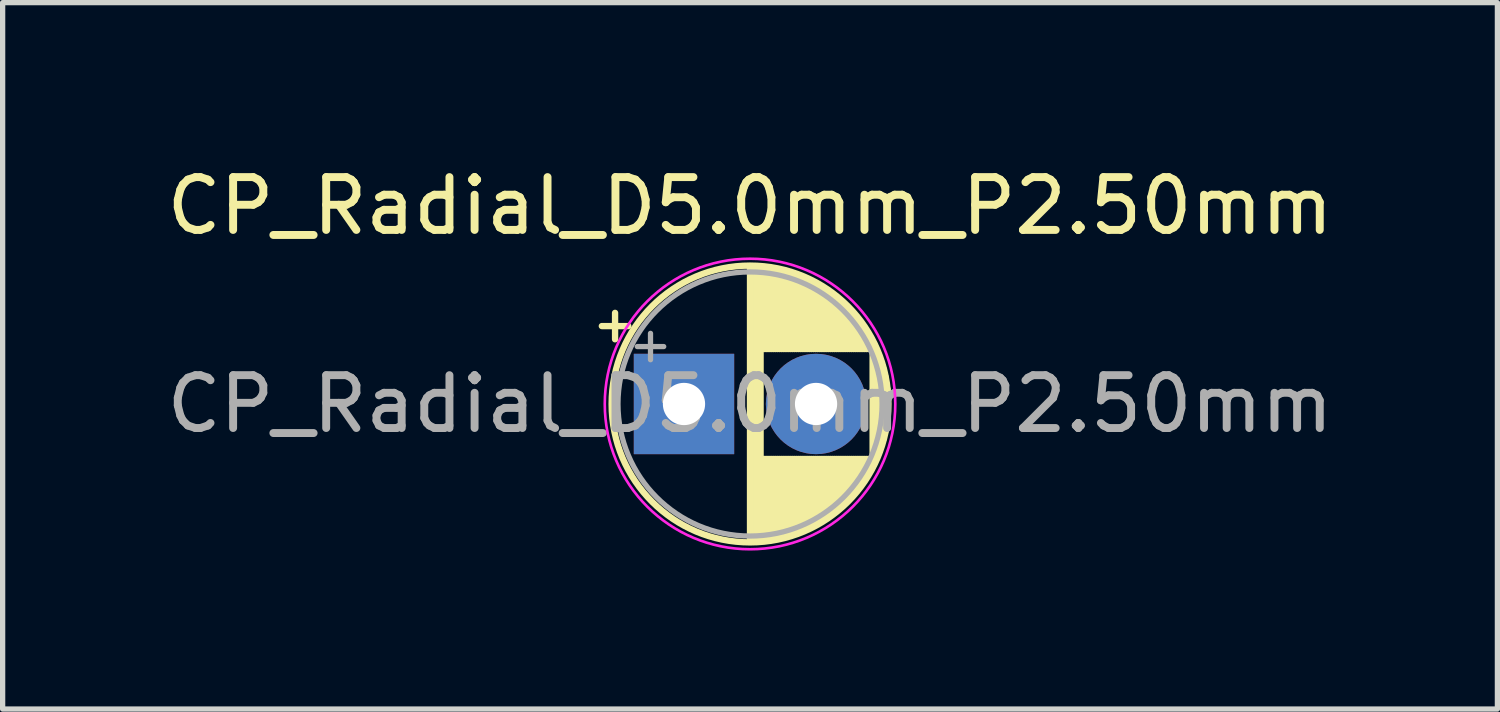
<source format=kicad_pcb>
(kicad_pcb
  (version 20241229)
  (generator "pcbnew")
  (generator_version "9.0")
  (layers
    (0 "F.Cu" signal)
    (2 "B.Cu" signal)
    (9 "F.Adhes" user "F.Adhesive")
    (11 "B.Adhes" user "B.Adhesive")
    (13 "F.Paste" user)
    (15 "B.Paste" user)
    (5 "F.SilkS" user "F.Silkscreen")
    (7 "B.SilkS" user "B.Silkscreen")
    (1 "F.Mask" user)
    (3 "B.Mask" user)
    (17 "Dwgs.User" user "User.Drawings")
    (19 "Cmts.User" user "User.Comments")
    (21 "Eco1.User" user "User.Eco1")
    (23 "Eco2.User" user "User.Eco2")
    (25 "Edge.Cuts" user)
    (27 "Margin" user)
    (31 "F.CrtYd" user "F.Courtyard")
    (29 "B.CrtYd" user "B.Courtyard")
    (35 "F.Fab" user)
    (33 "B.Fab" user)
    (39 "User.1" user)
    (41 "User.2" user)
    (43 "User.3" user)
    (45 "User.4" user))
  (footprint "CP_Radial_D5.0mm_P2.50mm"
    (layer "F.Cu")
    (at 9.899 4.598)
    (property "Reference" "CP_Radial_D5.0mm_P2.50mm" (at 1.25 -3.75 0) (layer "F.SilkS") (effects (font (size 1 1) (thickness 0.15))))
    (attr through_hole)
    (fp_line (start -1.555 -1.475) (end -1.055 -1.475) (stroke (width 0.12) (type solid)) (layer "F.SilkS"))
    (fp_line (start -1.305 -1.725) (end -1.305 -1.225) (stroke (width 0.12) (type solid)) (layer "F.SilkS"))
    (fp_line (start 1.25 -2.58) (end 1.25 2.58) (stroke (width 0.12) (type solid)) (layer "F.SilkS"))
    (fp_line (start 1.29 -2.58) (end 1.29 2.58) (stroke (width 0.12) (type solid)) (layer "F.SilkS"))
    (fp_line (start 1.33 -2.579) (end 1.33 2.579) (stroke (width 0.12) (type solid)) (layer "F.SilkS"))
    (fp_line (start 1.37 -2.578) (end 1.37 2.578) (stroke (width 0.12) (type solid)) (layer "F.SilkS"))
    (fp_line (start 1.41 -2.576) (end 1.41 2.576) (stroke (width 0.12) (type solid)) (layer "F.SilkS"))
    (fp_line (start 1.45 -2.573) (end 1.45 2.573) (stroke (width 0.12) (type solid)) (layer "F.SilkS"))
    (fp_line (start 1.49 -2.569) (end 1.49 -1.04) (stroke (width 0.12) (type solid)) (layer "F.SilkS"))
    (fp_line (start 1.49 1.04) (end 1.49 2.569) (stroke (width 0.12) (type solid)) (layer "F.SilkS"))
    (fp_line (start 1.53 -2.565) (end 1.53 -1.04) (stroke (width 0.12) (type solid)) (layer "F.SilkS"))
    (fp_line (start 1.53 1.04) (end 1.53 2.565) (stroke (width 0.12) (type solid)) (layer "F.SilkS"))
    (fp_line (start 1.57 -2.561) (end 1.57 -1.04) (stroke (width 0.12) (type solid)) (layer "F.SilkS"))
    (fp_line (start 1.57 1.04) (end 1.57 2.561) (stroke (width 0.12) (type solid)) (layer "F.SilkS"))
    (fp_line (start 1.61 -2.556) (end 1.61 -1.04) (stroke (width 0.12) (type solid)) (layer "F.SilkS"))
    (fp_line (start 1.61 1.04) (end 1.61 2.556) (stroke (width 0.12) (type solid)) (layer "F.SilkS"))
    (fp_line (start 1.65 -2.55) (end 1.65 -1.04) (stroke (width 0.12) (type solid)) (layer "F.SilkS"))
    (fp_line (start 1.65 1.04) (end 1.65 2.55) (stroke (width 0.12) (type solid)) (layer "F.SilkS"))
    (fp_line (start 1.69 -2.543) (end 1.69 -1.04) (stroke (width 0.12) (type solid)) (layer "F.SilkS"))
    (fp_line (start 1.69 1.04) (end 1.69 2.543) (stroke (width 0.12) (type solid)) (layer "F.SilkS"))
    (fp_line (start 1.73 -2.536) (end 1.73 -1.04) (stroke (width 0.12) (type solid)) (layer "F.SilkS"))
    (fp_line (start 1.73 1.04) (end 1.73 2.536) (stroke (width 0.12) (type solid)) (layer "F.SilkS"))
    (fp_line (start 1.77 -2.528) (end 1.77 -1.04) (stroke (width 0.12) (type solid)) (layer "F.SilkS"))
    (fp_line (start 1.77 1.04) (end 1.77 2.528) (stroke (width 0.12) (type solid)) (layer "F.SilkS"))
    (fp_line (start 1.81 -2.52) (end 1.81 -1.04) (stroke (width 0.12) (type solid)) (layer "F.SilkS"))
    (fp_line (start 1.81 1.04) (end 1.81 2.52) (stroke (width 0.12) (type solid)) (layer "F.SilkS"))
    (fp_line (start 1.85 -2.511) (end 1.85 -1.04) (stroke (width 0.12) (type solid)) (layer "F.SilkS"))
    (fp_line (start 1.85 1.04) (end 1.85 2.511) (stroke (width 0.12) (type solid)) (layer "F.SilkS"))
    (fp_line (start 1.89 -2.501) (end 1.89 -1.04) (stroke (width 0.12) (type solid)) (layer "F.SilkS"))
    (fp_line (start 1.89 1.04) (end 1.89 2.501) (stroke (width 0.12) (type solid)) (layer "F.SilkS"))
    (fp_line (start 1.93 -2.491) (end 1.93 -1.04) (stroke (width 0.12) (type solid)) (layer "F.SilkS"))
    (fp_line (start 1.93 1.04) (end 1.93 2.491) (stroke (width 0.12) (type solid)) (layer "F.SilkS"))
    (fp_line (start 1.971 -2.48) (end 1.971 -1.04) (stroke (width 0.12) (type solid)) (layer "F.SilkS"))
    (fp_line (start 1.971 1.04) (end 1.971 2.48) (stroke (width 0.12) (type solid)) (layer "F.SilkS"))
    (fp_line (start 2.011 -2.468) (end 2.011 -1.04) (stroke (width 0.12) (type solid)) (layer "F.SilkS"))
    (fp_line (start 2.011 1.04) (end 2.011 2.468) (stroke (width 0.12) (type solid)) (layer "F.SilkS"))
    (fp_line (start 2.051 -2.455) (end 2.051 -1.04) (stroke (width 0.12) (type solid)) (layer "F.SilkS"))
    (fp_line (start 2.051 1.04) (end 2.051 2.455) (stroke (width 0.12) (type solid)) (layer "F.SilkS"))
    (fp_line (start 2.091 -2.442) (end 2.091 -1.04) (stroke (width 0.12) (type solid)) (layer "F.SilkS"))
    (fp_line (start 2.091 1.04) (end 2.091 2.442) (stroke (width 0.12) (type solid)) (layer "F.SilkS"))
    (fp_line (start 2.131 -2.428) (end 2.131 -1.04) (stroke (width 0.12) (type solid)) (layer "F.SilkS"))
    (fp_line (start 2.131 1.04) (end 2.131 2.428) (stroke (width 0.12) (type solid)) (layer "F.SilkS"))
    (fp_line (start 2.171 -2.414) (end 2.171 -1.04) (stroke (width 0.12) (type solid)) (layer "F.SilkS"))
    (fp_line (start 2.171 1.04) (end 2.171 2.414) (stroke (width 0.12) (type solid)) (layer "F.SilkS"))
    (fp_line (start 2.211 -2.398) (end 2.211 -1.04) (stroke (width 0.12) (type solid)) (layer "F.SilkS"))
    (fp_line (start 2.211 1.04) (end 2.211 2.398) (stroke (width 0.12) (type solid)) (layer "F.SilkS"))
    (fp_line (start 2.251 -2.382) (end 2.251 -1.04) (stroke (width 0.12) (type solid)) (layer "F.SilkS"))
    (fp_line (start 2.251 1.04) (end 2.251 2.382) (stroke (width 0.12) (type solid)) (layer "F.SilkS"))
    (fp_line (start 2.291 -2.365) (end 2.291 -1.04) (stroke (width 0.12) (type solid)) (layer "F.SilkS"))
    (fp_line (start 2.291 1.04) (end 2.291 2.365) (stroke (width 0.12) (type solid)) (layer "F.SilkS"))
    (fp_line (start 2.331 -2.348) (end 2.331 -1.04) (stroke (width 0.12) (type solid)) (layer "F.SilkS"))
    (fp_line (start 2.331 1.04) (end 2.331 2.348) (stroke (width 0.12) (type solid)) (layer "F.SilkS"))
    (fp_line (start 2.371 -2.329) (end 2.371 -1.04) (stroke (width 0.12) (type solid)) (layer "F.SilkS"))
    (fp_line (start 2.371 1.04) (end 2.371 2.329) (stroke (width 0.12) (type solid)) (layer "F.SilkS"))
    (fp_line (start 2.411 -2.31) (end 2.411 -1.04) (stroke (width 0.12) (type solid)) (layer "F.SilkS"))
    (fp_line (start 2.411 1.04) (end 2.411 2.31) (stroke (width 0.12) (type solid)) (layer "F.SilkS"))
    (fp_line (start 2.451 -2.29) (end 2.451 -1.04) (stroke (width 0.12) (type solid)) (layer "F.SilkS"))
    (fp_line (start 2.451 1.04) (end 2.451 2.29) (stroke (width 0.12) (type solid)) (layer "F.SilkS"))
    (fp_line (start 2.491 -2.268) (end 2.491 -1.04) (stroke (width 0.12) (type solid)) (layer "F.SilkS"))
    (fp_line (start 2.491 1.04) (end 2.491 2.268) (stroke (width 0.12) (type solid)) (layer "F.SilkS"))
    (fp_line (start 2.531 -2.247) (end 2.531 -1.04) (stroke (width 0.12) (type solid)) (layer "F.SilkS"))
    (fp_line (start 2.531 1.04) (end 2.531 2.247) (stroke (width 0.12) (type solid)) (layer "F.SilkS"))
    (fp_line (start 2.571 -2.224) (end 2.571 -1.04) (stroke (width 0.12) (type solid)) (layer "F.SilkS"))
    (fp_line (start 2.571 1.04) (end 2.571 2.224) (stroke (width 0.12) (type solid)) (layer "F.SilkS"))
    (fp_line (start 2.611 -2.2) (end 2.611 -1.04) (stroke (width 0.12) (type solid)) (layer "F.SilkS"))
    (fp_line (start 2.611 1.04) (end 2.611 2.2) (stroke (width 0.12) (type solid)) (layer "F.SilkS"))
    (fp_line (start 2.651 -2.175) (end 2.651 -1.04) (stroke (width 0.12) (type solid)) (layer "F.SilkS"))
    (fp_line (start 2.651 1.04) (end 2.651 2.175) (stroke (width 0.12) (type solid)) (layer "F.SilkS"))
    (fp_line (start 2.691 -2.149) (end 2.691 -1.04) (stroke (width 0.12) (type solid)) (layer "F.SilkS"))
    (fp_line (start 2.691 1.04) (end 2.691 2.149) (stroke (width 0.12) (type solid)) (layer "F.SilkS"))
    (fp_line (start 2.731 -2.122) (end 2.731 -1.04) (stroke (width 0.12) (type solid)) (layer "F.SilkS"))
    (fp_line (start 2.731 1.04) (end 2.731 2.122) (stroke (width 0.12) (type solid)) (layer "F.SilkS"))
    (fp_line (start 2.771 -2.095) (end 2.771 -1.04) (stroke (width 0.12) (type solid)) (layer "F.SilkS"))
    (fp_line (start 2.771 1.04) (end 2.771 2.095) (stroke (width 0.12) (type solid)) (layer "F.SilkS"))
    (fp_line (start 2.811 -2.065) (end 2.811 -1.04) (stroke (width 0.12) (type solid)) (layer "F.SilkS"))
    (fp_line (start 2.811 1.04) (end 2.811 2.065) (stroke (width 0.12) (type solid)) (layer "F.SilkS"))
    (fp_line (start 2.851 -2.035) (end 2.851 -1.04) (stroke (width 0.12) (type solid)) (layer "F.SilkS"))
    (fp_line (start 2.851 1.04) (end 2.851 2.035) (stroke (width 0.12) (type solid)) (layer "F.SilkS"))
    (fp_line (start 2.891 -2.004) (end 2.891 -1.04) (stroke (width 0.12) (type solid)) (layer "F.SilkS"))
    (fp_line (start 2.891 1.04) (end 2.891 2.004) (stroke (width 0.12) (type solid)) (layer "F.SilkS"))
    (fp_line (start 2.931 -1.971) (end 2.931 -1.04) (stroke (width 0.12) (type solid)) (layer "F.SilkS"))
    (fp_line (start 2.931 1.04) (end 2.931 1.971) (stroke (width 0.12) (type solid)) (layer "F.SilkS"))
    (fp_line (start 2.971 -1.937) (end 2.971 -1.04) (stroke (width 0.12) (type solid)) (layer "F.SilkS"))
    (fp_line (start 2.971 1.04) (end 2.971 1.937) (stroke (width 0.12) (type solid)) (layer "F.SilkS"))
    (fp_line (start 3.011 -1.901) (end 3.011 -1.04) (stroke (width 0.12) (type solid)) (layer "F.SilkS"))
    (fp_line (start 3.011 1.04) (end 3.011 1.901) (stroke (width 0.12) (type solid)) (layer "F.SilkS"))
    (fp_line (start 3.051 -1.864) (end 3.051 -1.04) (stroke (width 0.12) (type solid)) (layer "F.SilkS"))
    (fp_line (start 3.051 1.04) (end 3.051 1.864) (stroke (width 0.12) (type solid)) (layer "F.SilkS"))
    (fp_line (start 3.091 -1.826) (end 3.091 -1.04) (stroke (width 0.12) (type solid)) (layer "F.SilkS"))
    (fp_line (start 3.091 1.04) (end 3.091 1.826) (stroke (width 0.12) (type solid)) (layer "F.SilkS"))
    (fp_line (start 3.131 -1.785) (end 3.131 -1.04) (stroke (width 0.12) (type solid)) (layer "F.SilkS"))
    (fp_line (start 3.131 1.04) (end 3.131 1.785) (stroke (width 0.12) (type solid)) (layer "F.SilkS"))
    (fp_line (start 3.171 -1.743) (end 3.171 -1.04) (stroke (width 0.12) (type solid)) (layer "F.SilkS"))
    (fp_line (start 3.171 1.04) (end 3.171 1.743) (stroke (width 0.12) (type solid)) (layer "F.SilkS"))
    (fp_line (start 3.211 -1.699) (end 3.211 -1.04) (stroke (width 0.12) (type solid)) (layer "F.SilkS"))
    (fp_line (start 3.211 1.04) (end 3.211 1.699) (stroke (width 0.12) (type solid)) (layer "F.SilkS"))
    (fp_line (start 3.251 -1.653) (end 3.251 -1.04) (stroke (width 0.12) (type solid)) (layer "F.SilkS"))
    (fp_line (start 3.251 1.04) (end 3.251 1.653) (stroke (width 0.12) (type solid)) (layer "F.SilkS"))
    (fp_line (start 3.291 -1.605) (end 3.291 -1.04) (stroke (width 0.12) (type solid)) (layer "F.SilkS"))
    (fp_line (start 3.291 1.04) (end 3.291 1.605) (stroke (width 0.12) (type solid)) (layer "F.SilkS"))
    (fp_line (start 3.331 -1.554) (end 3.331 -1.04) (stroke (width 0.12) (type solid)) (layer "F.SilkS"))
    (fp_line (start 3.331 1.04) (end 3.331 1.554) (stroke (width 0.12) (type solid)) (layer "F.SilkS"))
    (fp_line (start 3.371 -1.5) (end 3.371 -1.04) (stroke (width 0.12) (type solid)) (layer "F.SilkS"))
    (fp_line (start 3.371 1.04) (end 3.371 1.5) (stroke (width 0.12) (type solid)) (layer "F.SilkS"))
    (fp_line (start 3.411 -1.443) (end 3.411 -1.04) (stroke (width 0.12) (type solid)) (layer "F.SilkS"))
    (fp_line (start 3.411 1.04) (end 3.411 1.443) (stroke (width 0.12) (type solid)) (layer "F.SilkS"))
    (fp_line (start 3.451 -1.383) (end 3.451 -1.04) (stroke (width 0.12) (type solid)) (layer "F.SilkS"))
    (fp_line (start 3.451 1.04) (end 3.451 1.383) (stroke (width 0.12) (type solid)) (layer "F.SilkS"))
    (fp_line (start 3.491 -1.319) (end 3.491 -1.04) (stroke (width 0.12) (type solid)) (layer "F.SilkS"))
    (fp_line (start 3.491 1.04) (end 3.491 1.319) (stroke (width 0.12) (type solid)) (layer "F.SilkS"))
    (fp_line (start 3.531 -1.251) (end 3.531 -1.04) (stroke (width 0.12) (type solid)) (layer "F.SilkS"))
    (fp_line (start 3.531 1.04) (end 3.531 1.251) (stroke (width 0.12) (type solid)) (layer "F.SilkS"))
    (fp_line (start 3.571 -1.178) (end 3.571 1.178) (stroke (width 0.12) (type solid)) (layer "F.SilkS"))
    (fp_line (start 3.611 -1.098) (end 3.611 1.098) (stroke (width 0.12) (type solid)) (layer "F.SilkS"))
    (fp_line (start 3.651 -1.011) (end 3.651 1.011) (stroke (width 0.12) (type solid)) (layer "F.SilkS"))
    (fp_line (start 3.691 -0.915) (end 3.691 0.915) (stroke (width 0.12) (type solid)) (layer "F.SilkS"))
    (fp_line (start 3.731 -0.805) (end 3.731 0.805) (stroke (width 0.12) (type solid)) (layer "F.SilkS"))
    (fp_line (start 3.771 -0.677) (end 3.771 0.677) (stroke (width 0.12) (type solid)) (layer "F.SilkS"))
    (fp_line (start 3.811 -0.518) (end 3.811 0.518) (stroke (width 0.12) (type solid)) (layer "F.SilkS"))
    (fp_line (start 3.851 -0.284) (end 3.851 0.284) (stroke (width 0.12) (type solid)) (layer "F.SilkS"))
    (fp_circle (center 1.25 0) (end 3.87 0) (stroke (width 0.12) (type solid)) (fill no) (layer "F.SilkS"))
    (fp_circle (center 1.25 0) (end 4 0) (stroke (width 0.05) (type solid)) (fill no) (layer "F.CrtYd"))
    (fp_line (start -0.884 -1.087) (end -0.384 -1.087) (stroke (width 0.1) (type solid)) (layer "F.Fab"))
    (fp_line (start -0.634 -1.337) (end -0.634 -0.838) (stroke (width 0.1) (type solid)) (layer "F.Fab"))
    (fp_circle (center 1.25 0) (end 3.75 0) (stroke (width 0.1) (type solid)) (fill no) (layer "F.Fab"))
    (fp_text user "${REFERENCE}" (at 1.25 0 0) (layer "F.Fab") (effects (font (size 1 1) (thickness 0.15))))
    (pad "1" thru_hole rect (at 0 0) (size 1.9 1.9) (drill 0.8) (layers "*.Cu" "*.Mask"))
    (pad "2" thru_hole circle (at 2.5 0) (size 1.9 1.9) (drill 0.8) (layers "*.Cu" "*.Mask")))
  (gr_rect
    (start -3 -3)
    (end 25.298 10.373)
    (stroke (width 0.1) (type default))
    (fill no)
    (layer "Edge.Cuts")))
</source>
